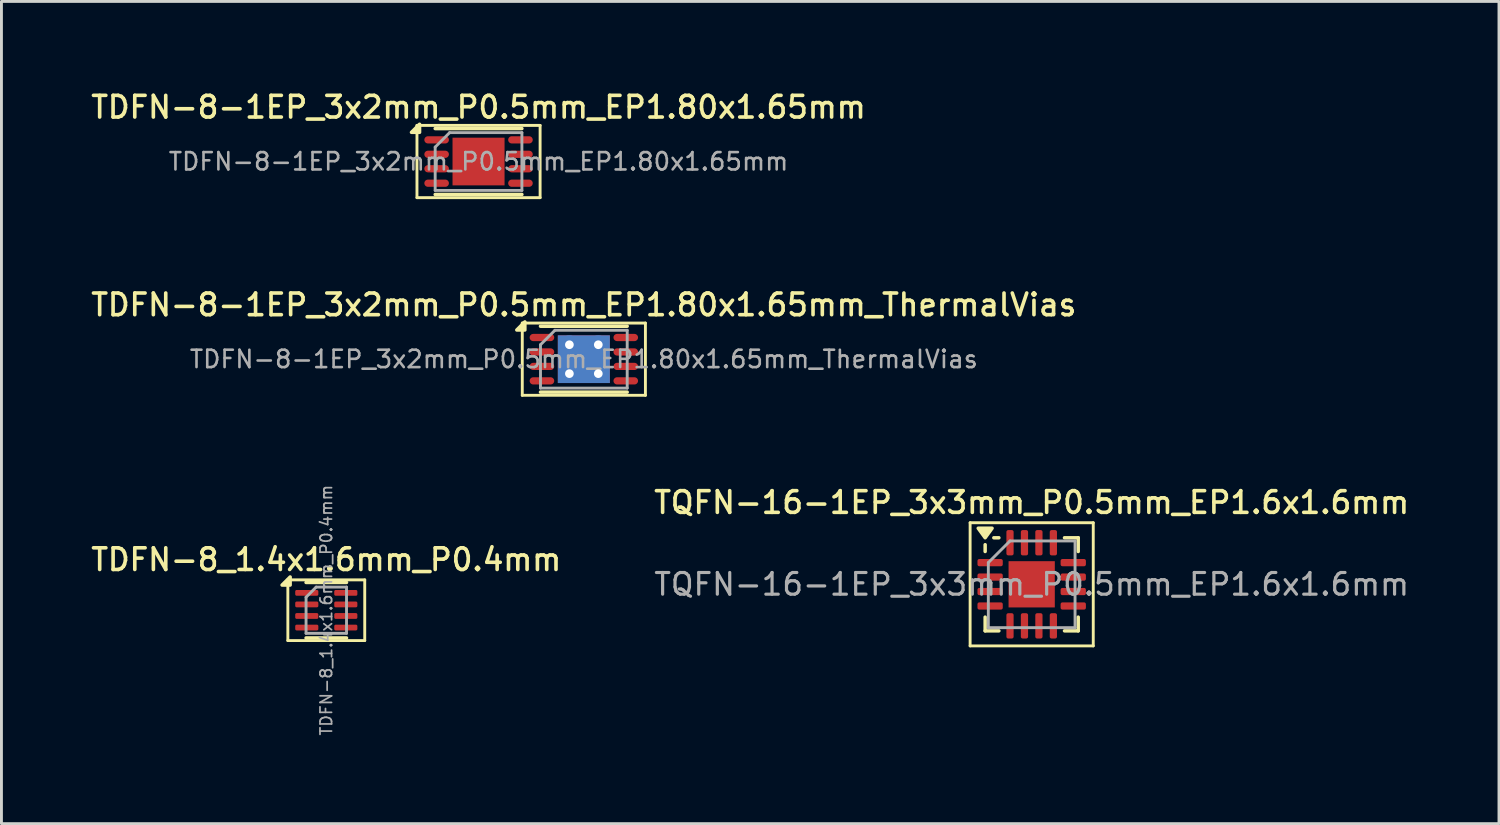
<source format=kicad_pcb>
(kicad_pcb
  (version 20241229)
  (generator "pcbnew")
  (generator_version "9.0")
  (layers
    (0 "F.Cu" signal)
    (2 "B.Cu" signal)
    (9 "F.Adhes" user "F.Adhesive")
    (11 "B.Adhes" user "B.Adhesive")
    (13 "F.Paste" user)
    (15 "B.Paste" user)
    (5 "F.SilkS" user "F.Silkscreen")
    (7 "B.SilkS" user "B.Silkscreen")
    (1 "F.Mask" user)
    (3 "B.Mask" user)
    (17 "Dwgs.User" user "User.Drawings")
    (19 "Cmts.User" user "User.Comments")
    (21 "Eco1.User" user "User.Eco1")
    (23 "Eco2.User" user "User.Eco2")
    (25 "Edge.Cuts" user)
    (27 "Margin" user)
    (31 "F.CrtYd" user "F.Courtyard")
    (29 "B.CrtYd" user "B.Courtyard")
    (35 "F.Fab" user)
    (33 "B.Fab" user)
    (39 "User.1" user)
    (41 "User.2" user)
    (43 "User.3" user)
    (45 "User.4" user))
  (footprint "TQFN-16-1EP_3x3mm_P0.5mm_EP1.6x1.6mm"
    (layer "F.Cu")
    (at 32.641 17.164)
    (property "Reference" "TQFN-16-1EP_3x3mm_P0.5mm_EP1.6x1.6mm" (at 0 -2.83 0) (layer "F.SilkS") (effects (font (size 0.75 0.75) (thickness 0.125))))
    (attr smd)
    (fp_line (start -2.13 -2.13) (end -2.13 2.13) (stroke (width 0.1) (type solid)) (layer "F.SilkS"))
    (fp_line (start -2.13 2.13) (end 2.13 2.13) (stroke (width 0.1) (type solid)) (layer "F.SilkS"))
    (fp_line (start -1.61 -1.135) (end -1.61 -1.37) (stroke (width 0.12) (type solid)) (layer "F.SilkS"))
    (fp_line (start -1.61 1.61) (end -1.61 1.135) (stroke (width 0.12) (type solid)) (layer "F.SilkS"))
    (fp_line (start -1.135 -1.61) (end -1.31 -1.61) (stroke (width 0.12) (type solid)) (layer "F.SilkS"))
    (fp_line (start -1.135 1.61) (end -1.61 1.61) (stroke (width 0.12) (type solid)) (layer "F.SilkS"))
    (fp_line (start 1.135 -1.61) (end 1.61 -1.61) (stroke (width 0.12) (type solid)) (layer "F.SilkS"))
    (fp_line (start 1.135 1.61) (end 1.61 1.61) (stroke (width 0.12) (type solid)) (layer "F.SilkS"))
    (fp_line (start 1.61 -1.61) (end 1.61 -1.135) (stroke (width 0.12) (type solid)) (layer "F.SilkS"))
    (fp_line (start 1.61 1.61) (end 1.61 1.135) (stroke (width 0.12) (type solid)) (layer "F.SilkS"))
    (fp_line (start 2.13 -2.13) (end -2.13 -2.13) (stroke (width 0.1) (type solid)) (layer "F.SilkS"))
    (fp_line (start 2.13 2.13) (end 2.13 -2.13) (stroke (width 0.1) (type solid)) (layer "F.SilkS"))
    (fp_poly (pts (xy -1.61 -1.61) (xy -1.85 -1.94) (xy -1.37 -1.94) (xy -1.61 -1.61)) (stroke (width 0.12) (type solid)) (fill yes) (layer "F.SilkS"))
    (fp_line (start -1.5 -0.75) (end -0.75 -1.5) (stroke (width 0.1) (type solid)) (layer "F.Fab"))
    (fp_line (start -1.5 1.5) (end -1.5 -0.75) (stroke (width 0.1) (type solid)) (layer "F.Fab"))
    (fp_line (start -0.75 -1.5) (end 1.5 -1.5) (stroke (width 0.1) (type solid)) (layer "F.Fab"))
    (fp_line (start 1.5 -1.5) (end 1.5 1.5) (stroke (width 0.1) (type solid)) (layer "F.Fab"))
    (fp_line (start 1.5 1.5) (end -1.5 1.5) (stroke (width 0.1) (type solid)) (layer "F.Fab"))
    (fp_text user "${REFERENCE}" (at 0 0 0) (layer "F.Fab") (effects (font (size 0.75 0.75) (thickness 0.11))))
    (pad "" smd roundrect (at -0.4 -0.4) (size 0.64 0.64) (layers "F.Paste") (roundrect_rratio 0.25))
    (pad "" smd roundrect (at -0.4 0.4) (size 0.64 0.64) (layers "F.Paste") (roundrect_rratio 0.25))
    (pad "" smd roundrect (at 0.4 -0.4) (size 0.64 0.64) (layers "F.Paste") (roundrect_rratio 0.25))
    (pad "" smd roundrect (at 0.4 0.4) (size 0.64 0.64) (layers "F.Paste") (roundrect_rratio 0.25))
    (pad "1" smd roundrect (at -1.438 -0.75) (size 0.875 0.25) (layers "F.Cu" "F.Mask" "F.Paste") (roundrect_rratio 0.25))
    (pad "2" smd roundrect (at -1.438 -0.25) (size 0.875 0.25) (layers "F.Cu" "F.Mask" "F.Paste") (roundrect_rratio 0.25))
    (pad "3" smd roundrect (at -1.438 0.25) (size 0.875 0.25) (layers "F.Cu" "F.Mask" "F.Paste") (roundrect_rratio 0.25))
    (pad "4" smd roundrect (at -1.438 0.75) (size 0.875 0.25) (layers "F.Cu" "F.Mask" "F.Paste") (roundrect_rratio 0.25))
    (pad "5" smd roundrect (at -0.75 1.438) (size 0.25 0.875) (layers "F.Cu" "F.Mask" "F.Paste") (roundrect_rratio 0.25))
    (pad "6" smd roundrect (at -0.25 1.438) (size 0.25 0.875) (layers "F.Cu" "F.Mask" "F.Paste") (roundrect_rratio 0.25))
    (pad "7" smd roundrect (at 0.25 1.438) (size 0.25 0.875) (layers "F.Cu" "F.Mask" "F.Paste") (roundrect_rratio 0.25))
    (pad "8" smd roundrect (at 0.75 1.438) (size 0.25 0.875) (layers "F.Cu" "F.Mask" "F.Paste") (roundrect_rratio 0.25))
    (pad "9" smd roundrect (at 1.438 0.75) (size 0.875 0.25) (layers "F.Cu" "F.Mask" "F.Paste") (roundrect_rratio 0.25))
    (pad "10" smd roundrect (at 1.438 0.25) (size 0.875 0.25) (layers "F.Cu" "F.Mask" "F.Paste") (roundrect_rratio 0.25))
    (pad "11" smd roundrect (at 1.438 -0.25) (size 0.875 0.25) (layers "F.Cu" "F.Mask" "F.Paste") (roundrect_rratio 0.25))
    (pad "12" smd roundrect (at 1.438 -0.75) (size 0.875 0.25) (layers "F.Cu" "F.Mask" "F.Paste") (roundrect_rratio 0.25))
    (pad "13" smd roundrect (at 0.75 -1.438) (size 0.25 0.875) (layers "F.Cu" "F.Mask" "F.Paste") (roundrect_rratio 0.25))
    (pad "14" smd roundrect (at 0.25 -1.438) (size 0.25 0.875) (layers "F.Cu" "F.Mask" "F.Paste") (roundrect_rratio 0.25))
    (pad "15" smd roundrect (at -0.25 -1.438) (size 0.25 0.875) (layers "F.Cu" "F.Mask" "F.Paste") (roundrect_rratio 0.25))
    (pad "16" smd roundrect (at -0.75 -1.438) (size 0.25 0.875) (layers "F.Cu" "F.Mask" "F.Paste") (roundrect_rratio 0.25))
    (pad "17" smd rect (at 0 0) (size 1.6 1.6) (property pad_prop_heatsink) (layers "F.Cu" "F.Mask")))
  (footprint "TDFN-8_1.4x1.6mm_P0.4mm"
    (layer "F.Cu")
    (at 8.238 18.06)
    (property "Reference" "TDFN-8_1.4x1.6mm_P0.4mm" (at 0 -1.75 0) (layer "F.SilkS") (effects (font (size 0.75 0.75) (thickness 0.125))))
    (attr smd)
    (fp_line (start -1.33 -1.05) (end -1.33 1.05) (stroke (width 0.1) (type solid)) (layer "F.SilkS"))
    (fp_line (start -1.33 1.05) (end 1.33 1.05) (stroke (width 0.1) (type solid)) (layer "F.SilkS"))
    (fp_line (start -0.7 -0.96) (end 0.7 -0.96) (stroke (width 0.12) (type solid)) (layer "F.SilkS"))
    (fp_line (start -0.7 0.96) (end 0.7 0.96) (stroke (width 0.12) (type solid)) (layer "F.SilkS"))
    (fp_line (start 1.33 -1.05) (end -1.33 -1.05) (stroke (width 0.1) (type solid)) (layer "F.SilkS"))
    (fp_line (start 1.33 1.05) (end 1.33 -1.05) (stroke (width 0.1) (type solid)) (layer "F.SilkS"))
    (fp_poly (pts (xy -1.25 -0.87) (xy -1.53 -0.87) (xy -1.25 -1.15) (xy -1.25 -0.87)) (stroke (width 0.12) (type solid)) (fill yes) (layer "F.SilkS"))
    (fp_line (start -0.7 -0.45) (end -0.35 -0.8) (stroke (width 0.1) (type solid)) (layer "F.Fab"))
    (fp_line (start -0.7 0.8) (end -0.7 -0.45) (stroke (width 0.1) (type solid)) (layer "F.Fab"))
    (fp_line (start -0.35 -0.8) (end 0.7 -0.8) (stroke (width 0.1) (type solid)) (layer "F.Fab"))
    (fp_line (start 0.7 -0.8) (end 0.7 0.8) (stroke (width 0.1) (type solid)) (layer "F.Fab"))
    (fp_line (start 0.7 0.8) (end -0.7 0.8) (stroke (width 0.1) (type solid)) (layer "F.Fab"))
    (fp_text user "${REFERENCE}" (at 0 0 90) (layer "F.Fab") (effects (font (size 0.4 0.4) (thickness 0.06))))
    (pad "1" smd roundrect (at -0.675 -0.6) (size 0.8 0.2) (layers "F.Cu" "F.Mask" "F.Paste") (roundrect_rratio 0.25))
    (pad "2" smd roundrect (at -0.675 -0.2) (size 0.8 0.2) (layers "F.Cu" "F.Mask" "F.Paste") (roundrect_rratio 0.25))
    (pad "3" smd roundrect (at -0.675 0.2) (size 0.8 0.2) (layers "F.Cu" "F.Mask" "F.Paste") (roundrect_rratio 0.25))
    (pad "4" smd roundrect (at -0.675 0.6) (size 0.8 0.2) (layers "F.Cu" "F.Mask" "F.Paste") (roundrect_rratio 0.25))
    (pad "5" smd roundrect (at 0.675 0.6) (size 0.8 0.2) (layers "F.Cu" "F.Mask" "F.Paste") (roundrect_rratio 0.25))
    (pad "6" smd roundrect (at 0.675 0.2) (size 0.8 0.2) (layers "F.Cu" "F.Mask" "F.Paste") (roundrect_rratio 0.25))
    (pad "7" smd roundrect (at 0.675 -0.2) (size 0.8 0.2) (layers "F.Cu" "F.Mask" "F.Paste") (roundrect_rratio 0.25))
    (pad "8" smd roundrect (at 0.675 -0.6) (size 0.8 0.2) (layers "F.Cu" "F.Mask" "F.Paste") (roundrect_rratio 0.25)))
  (footprint "TDFN-8-1EP_3x2mm_P0.5mm_EP1.80x1.65mm_ThermalVias"
    (layer "F.Cu")
    (at 17.148 9.376)
    (property "Reference" "TDFN-8-1EP_3x2mm_P0.5mm_EP1.80x1.65mm_ThermalVias" (at 0 -1.88 0) (layer "F.SilkS") (effects (font (size 0.75 0.75) (thickness 0.125))))
    (attr smd)
    (fp_line (start -2.13 -1.25) (end -2.13 1.25) (stroke (width 0.1) (type solid)) (layer "F.SilkS"))
    (fp_line (start -2.13 1.25) (end 2.13 1.25) (stroke (width 0.1) (type solid)) (layer "F.SilkS"))
    (fp_line (start -1.5 -1.14) (end 1.5 -1.14) (stroke (width 0.12) (type solid)) (layer "F.SilkS"))
    (fp_line (start -1.5 1.14) (end 1.5 1.14) (stroke (width 0.12) (type solid)) (layer "F.SilkS"))
    (fp_line (start 2.13 -1.25) (end -2.13 -1.25) (stroke (width 0.1) (type solid)) (layer "F.SilkS"))
    (fp_line (start 2.13 1.25) (end 2.13 -1.25) (stroke (width 0.1) (type solid)) (layer "F.SilkS"))
    (fp_poly (pts (xy -2.04 -1.01) (xy -2.32 -1.01) (xy -2.04 -1.29) (xy -2.04 -1.01)) (stroke (width 0.12) (type solid)) (fill yes) (layer "F.SilkS"))
    (fp_line (start -1.5 -0.5) (end -1.5 1) (stroke (width 0.1) (type solid)) (layer "F.Fab"))
    (fp_line (start -1.5 1) (end 1.5 1) (stroke (width 0.1) (type solid)) (layer "F.Fab"))
    (fp_line (start -1 -1) (end -1.5 -0.5) (stroke (width 0.1) (type solid)) (layer "F.Fab"))
    (fp_line (start 1.5 -1) (end -1 -1) (stroke (width 0.1) (type solid)) (layer "F.Fab"))
    (fp_line (start 1.5 1) (end 1.5 -1) (stroke (width 0.1) (type solid)) (layer "F.Fab"))
    (fp_text user "${REFERENCE}" (at 0 0 0) (layer "F.Fab") (effects (font (size 0.6 0.6) (thickness 0.09))))
    (pad "" smd rect (at 0 -0.5) (size 0.7 0.65) (layers "F.Paste"))
    (pad "" smd rect (at 0 0) (size 1.8 0.7) (layers "F.Paste"))
    (pad "" smd rect (at 0 0.5) (size 0.7 0.65) (layers "F.Paste"))
    (pad "1" smd oval (at -1.45 -0.75) (size 0.85 0.25) (layers "F.Cu" "F.Mask" "F.Paste"))
    (pad "2" smd oval (at -1.45 -0.25) (size 0.85 0.25) (layers "F.Cu" "F.Mask" "F.Paste"))
    (pad "3" smd oval (at -1.45 0.25) (size 0.85 0.25) (layers "F.Cu" "F.Mask" "F.Paste"))
    (pad "4" smd oval (at -1.45 0.75) (size 0.85 0.25) (layers "F.Cu" "F.Mask" "F.Paste"))
    (pad "5" smd oval (at 1.45 0.75) (size 0.85 0.25) (layers "F.Cu" "F.Mask" "F.Paste"))
    (pad "6" smd oval (at 1.45 0.25) (size 0.85 0.25) (layers "F.Cu" "F.Mask" "F.Paste"))
    (pad "7" smd oval (at 1.45 -0.25) (size 0.85 0.25) (layers "F.Cu" "F.Mask" "F.Paste"))
    (pad "8" smd oval (at 1.45 -0.75) (size 0.85 0.25) (layers "F.Cu" "F.Mask" "F.Paste"))
    (pad "9" thru_hole circle (at -0.5 -0.5) (size 0.65 0.65) (drill 0.3) (layers "*.Cu"))
    (pad "9" thru_hole circle (at -0.5 0.5) (size 0.65 0.65) (drill 0.3) (layers "*.Cu"))
    (pad "9" smd rect (at 0 0) (size 1.8 1.65) (layers "F.Cu" "F.Mask"))
    (pad "9" smd rect (at 0 0) (size 1.8 1.65) (layers "B.Cu"))
    (pad "9" thru_hole circle (at 0.5 -0.5) (size 0.65 0.65) (drill 0.3) (layers "*.Cu"))
    (pad "9" thru_hole circle (at 0.5 0.5) (size 0.65 0.65) (drill 0.3) (layers "*.Cu")))
  (footprint "TDFN-8-1EP_3x2mm_P0.5mm_EP1.80x1.65mm"
    (layer "F.Cu")
    (at 13.505 2.538)
    (property "Reference" "TDFN-8-1EP_3x2mm_P0.5mm_EP1.80x1.65mm" (at 0 -1.88 0) (layer "F.SilkS") (effects (font (size 0.75 0.75) (thickness 0.125))))
    (attr smd)
    (fp_line (start -2.13 -1.25) (end -2.13 1.25) (stroke (width 0.1) (type solid)) (layer "F.SilkS"))
    (fp_line (start -2.13 1.25) (end 2.13 1.25) (stroke (width 0.1) (type solid)) (layer "F.SilkS"))
    (fp_line (start -1.5 -1.14) (end 1.5 -1.14) (stroke (width 0.12) (type solid)) (layer "F.SilkS"))
    (fp_line (start -1.5 1.14) (end 1.5 1.14) (stroke (width 0.12) (type solid)) (layer "F.SilkS"))
    (fp_line (start 2.13 -1.25) (end -2.13 -1.25) (stroke (width 0.1) (type solid)) (layer "F.SilkS"))
    (fp_line (start 2.13 1.25) (end 2.13 -1.25) (stroke (width 0.1) (type solid)) (layer "F.SilkS"))
    (fp_poly (pts (xy -2.04 -1.01) (xy -2.32 -1.01) (xy -2.04 -1.29) (xy -2.04 -1.01)) (stroke (width 0.12) (type solid)) (fill yes) (layer "F.SilkS"))
    (fp_line (start -1.5 -0.5) (end -1.5 1) (stroke (width 0.1) (type solid)) (layer "F.Fab"))
    (fp_line (start -1.5 1) (end 1.5 1) (stroke (width 0.1) (type solid)) (layer "F.Fab"))
    (fp_line (start -1 -1) (end -1.5 -0.5) (stroke (width 0.1) (type solid)) (layer "F.Fab"))
    (fp_line (start 1.5 -1) (end -1 -1) (stroke (width 0.1) (type solid)) (layer "F.Fab"))
    (fp_line (start 1.5 1) (end 1.5 -1) (stroke (width 0.1) (type solid)) (layer "F.Fab"))
    (fp_text user "${REFERENCE}" (at 0 0 0) (layer "F.Fab") (effects (font (size 0.6 0.6) (thickness 0.09))))
    (pad "" smd rect (at 0 -0.5) (size 0.7 0.65) (layers "F.Paste"))
    (pad "" smd rect (at 0 0) (size 1.8 0.7) (layers "F.Paste"))
    (pad "" smd rect (at 0 0.5) (size 0.7 0.65) (layers "F.Paste"))
    (pad "1" smd oval (at -1.45 -0.75) (size 0.85 0.25) (layers "F.Cu" "F.Mask" "F.Paste"))
    (pad "2" smd oval (at -1.45 -0.25) (size 0.85 0.25) (layers "F.Cu" "F.Mask" "F.Paste"))
    (pad "3" smd oval (at -1.45 0.25) (size 0.85 0.25) (layers "F.Cu" "F.Mask" "F.Paste"))
    (pad "4" smd oval (at -1.45 0.75) (size 0.85 0.25) (layers "F.Cu" "F.Mask" "F.Paste"))
    (pad "5" smd oval (at 1.45 0.75) (size 0.85 0.25) (layers "F.Cu" "F.Mask" "F.Paste"))
    (pad "6" smd oval (at 1.45 0.25) (size 0.85 0.25) (layers "F.Cu" "F.Mask" "F.Paste"))
    (pad "7" smd oval (at 1.45 -0.25) (size 0.85 0.25) (layers "F.Cu" "F.Mask" "F.Paste"))
    (pad "8" smd oval (at 1.45 -0.75) (size 0.85 0.25) (layers "F.Cu" "F.Mask" "F.Paste"))
    (pad "9" smd rect (at 0 0) (size 1.8 1.65) (layers "F.Cu" "F.Mask")))
  (gr_rect
    (start -3 -3)
    (end 48.807 25.443)
    (stroke (width 0.1) (type default))
    (fill no)
    (layer "Edge.Cuts")))
</source>
